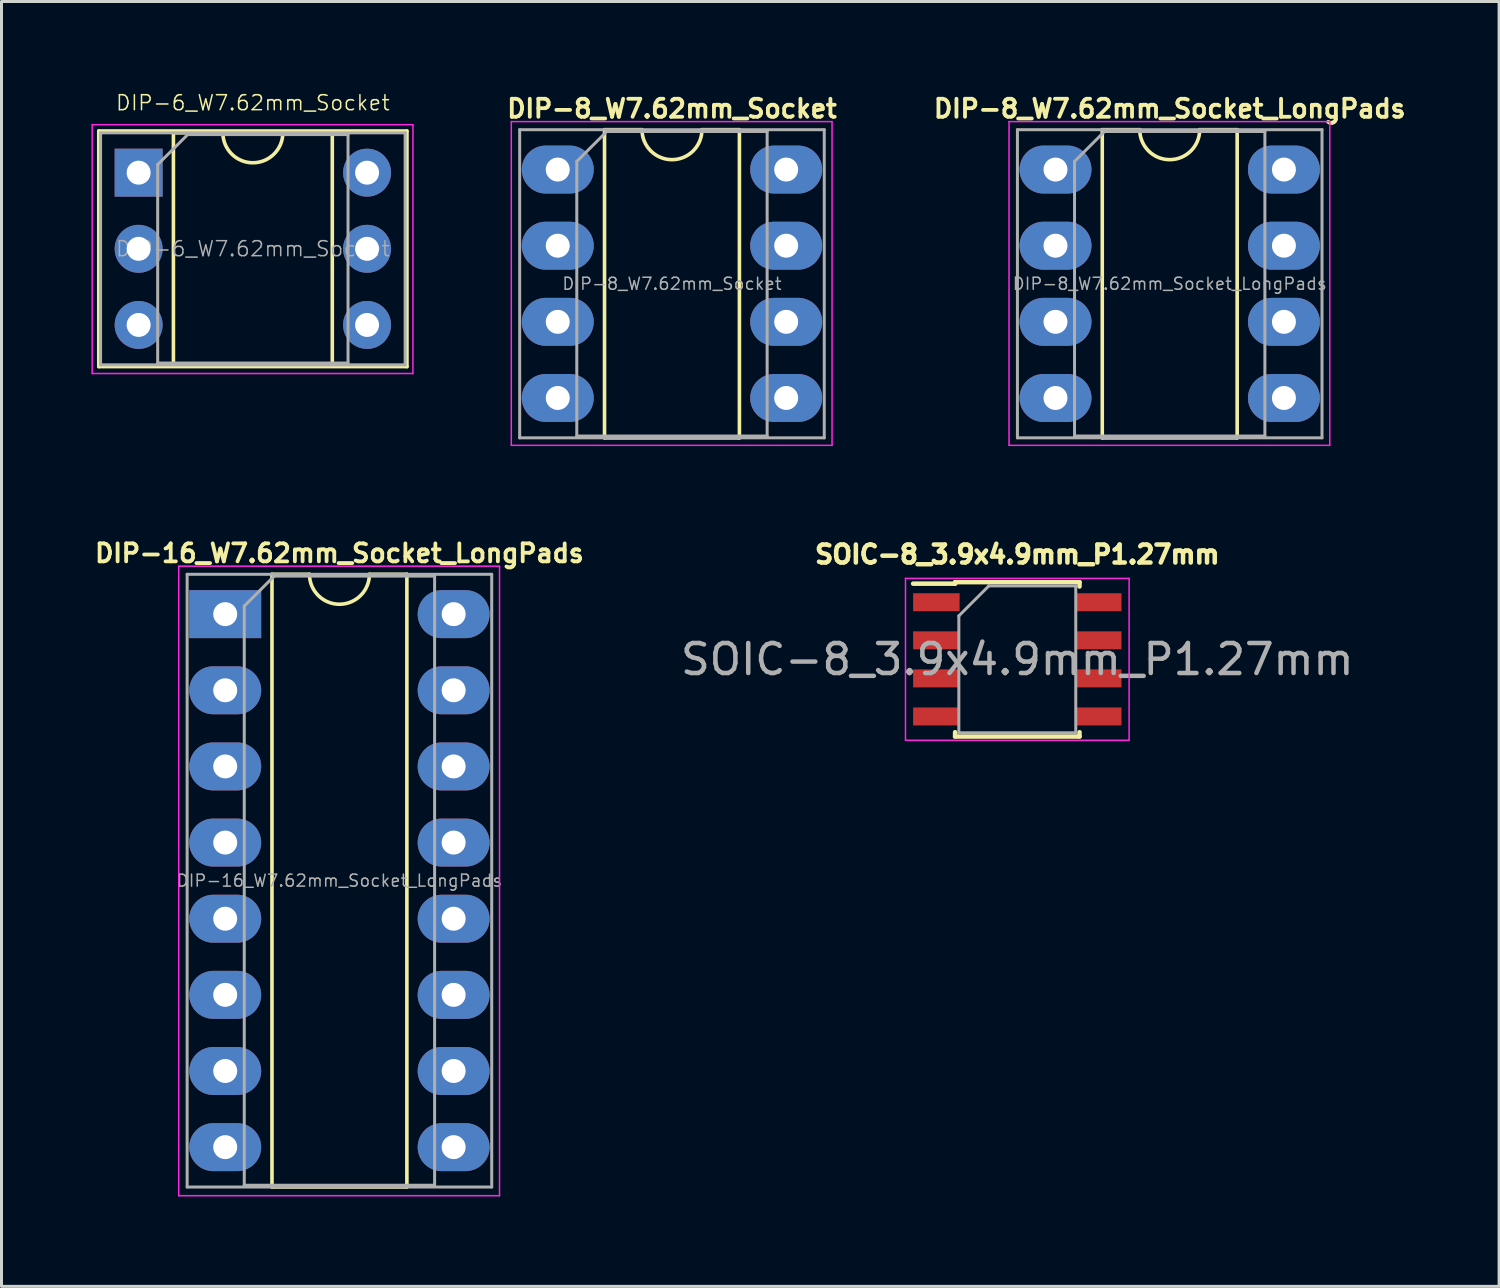
<source format=kicad_pcb>
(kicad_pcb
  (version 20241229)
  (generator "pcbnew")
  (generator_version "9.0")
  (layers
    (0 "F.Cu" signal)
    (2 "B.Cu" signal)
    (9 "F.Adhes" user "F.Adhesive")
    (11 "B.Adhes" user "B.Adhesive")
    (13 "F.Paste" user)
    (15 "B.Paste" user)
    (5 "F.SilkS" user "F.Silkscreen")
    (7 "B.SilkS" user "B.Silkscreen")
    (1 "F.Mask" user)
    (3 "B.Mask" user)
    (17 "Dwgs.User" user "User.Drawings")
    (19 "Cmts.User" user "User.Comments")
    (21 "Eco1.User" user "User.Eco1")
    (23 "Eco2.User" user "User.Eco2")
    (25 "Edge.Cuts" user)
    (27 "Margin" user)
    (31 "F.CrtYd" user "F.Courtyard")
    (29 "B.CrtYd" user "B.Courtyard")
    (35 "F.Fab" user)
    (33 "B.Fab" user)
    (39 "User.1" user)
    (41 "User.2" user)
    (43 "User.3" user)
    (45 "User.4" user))
  (footprint "DIP-8_W7.62mm_Socket"
    (layer "F.Cu")
    (at 19.366 6.416)
    (property "Reference" "DIP-8_W7.62mm_Socket" (at 0 -5.842 0) (layer "F.SilkS") (effects (font (size 0.6 0.6) (thickness 0.127))))
    (attr through_hole)
    (fp_line (start -2.25 -5.14) (end -2.25 5.14) (stroke (width 0.12) (type solid)) (layer "F.SilkS"))
    (fp_line (start -2.25 5.14) (end 2.25 5.14) (stroke (width 0.12) (type solid)) (layer "F.SilkS"))
    (fp_line (start -1 -5.14) (end -2.25 -5.14) (stroke (width 0.12) (type solid)) (layer "F.SilkS"))
    (fp_line (start 2.25 -5.14) (end 1 -5.14) (stroke (width 0.12) (type solid)) (layer "F.SilkS"))
    (fp_line (start 2.25 5.14) (end 2.25 -5.14) (stroke (width 0.12) (type solid)) (layer "F.SilkS"))
    (fp_arc (start 1 -5.14) (mid 0 -4.14) (end -1 -5.14) (stroke (width 0.12) (type solid)) (layer "F.SilkS"))
    (fp_line (start -5.36 -5.41) (end -5.36 5.39) (stroke (width 0.05) (type solid)) (layer "F.CrtYd"))
    (fp_line (start -5.36 5.39) (end 5.34 5.39) (stroke (width 0.05) (type solid)) (layer "F.CrtYd"))
    (fp_line (start 5.34 -5.41) (end -5.36 -5.41) (stroke (width 0.05) (type solid)) (layer "F.CrtYd"))
    (fp_line (start 5.34 5.39) (end 5.34 -5.41) (stroke (width 0.05) (type solid)) (layer "F.CrtYd"))
    (fp_line (start -5.08 -5.14) (end -5.08 5.14) (stroke (width 0.1) (type solid)) (layer "F.Fab"))
    (fp_line (start -5.08 5.14) (end 5.08 5.14) (stroke (width 0.1) (type solid)) (layer "F.Fab"))
    (fp_line (start -3.175 -4.08) (end -2.175 -5.08) (stroke (width 0.1) (type solid)) (layer "F.Fab"))
    (fp_line (start -3.175 5.08) (end -3.175 -4.08) (stroke (width 0.1) (type solid)) (layer "F.Fab"))
    (fp_line (start -2.175 -5.08) (end 3.175 -5.08) (stroke (width 0.1) (type solid)) (layer "F.Fab"))
    (fp_line (start 3.175 -5.08) (end 3.175 5.08) (stroke (width 0.1) (type solid)) (layer "F.Fab"))
    (fp_line (start 3.175 5.08) (end -3.175 5.08) (stroke (width 0.1) (type solid)) (layer "F.Fab"))
    (fp_line (start 5.08 -5.14) (end -5.08 -5.14) (stroke (width 0.1) (type solid)) (layer "F.Fab"))
    (fp_line (start 5.08 5.14) (end 5.08 -5.14) (stroke (width 0.1) (type solid)) (layer "F.Fab"))
    (fp_text user "${REFERENCE}" (at 0 0 0) (layer "F.Fab") (effects (font (size 0.4 0.4) (thickness 0.05))))
    (pad "1" thru_hole oval (at -3.81 -3.81) (size 2.4 1.6) (drill 0.8) (layers "*.Cu" "*.Mask"))
    (pad "2" thru_hole oval (at -3.81 -1.27) (size 2.4 1.6) (drill 0.8) (layers "*.Cu" "*.Mask"))
    (pad "3" thru_hole oval (at -3.81 1.27) (size 2.4 1.6) (drill 0.8) (layers "*.Cu" "*.Mask"))
    (pad "4" thru_hole oval (at -3.81 3.81) (size 2.4 1.6) (drill 0.8) (layers "*.Cu" "*.Mask"))
    (pad "5" thru_hole oval (at 3.81 3.81) (size 2.4 1.6) (drill 0.8) (layers "*.Cu" "*.Mask"))
    (pad "6" thru_hole oval (at 3.81 1.27) (size 2.4 1.6) (drill 0.8) (layers "*.Cu" "*.Mask"))
    (pad "7" thru_hole oval (at 3.81 -1.27) (size 2.4 1.6) (drill 0.8) (layers "*.Cu" "*.Mask"))
    (pad "8" thru_hole oval (at 3.81 -3.81) (size 2.4 1.6) (drill 0.8) (layers "*.Cu" "*.Mask")))
  (footprint "DIP-16_W7.62mm_Socket_LongPads"
    (layer "F.Cu")
    (at 8.273 26.327)
    (property "Reference" "DIP-16_W7.62mm_Socket_LongPads" (at 0 -10.922 0) (layer "F.SilkS") (effects (font (size 0.6 0.6) (thickness 0.127))))
    (attr through_hole)
    (fp_line (start -2.25 -10.22) (end -2.25 10.22) (stroke (width 0.12) (type solid)) (layer "F.SilkS"))
    (fp_line (start -2.25 10.22) (end 2.25 10.22) (stroke (width 0.12) (type solid)) (layer "F.SilkS"))
    (fp_line (start -1 -10.22) (end -2.25 -10.22) (stroke (width 0.12) (type solid)) (layer "F.SilkS"))
    (fp_line (start 2.25 -10.22) (end 1 -10.22) (stroke (width 0.12) (type solid)) (layer "F.SilkS"))
    (fp_line (start 2.25 10.22) (end 2.25 -10.22) (stroke (width 0.12) (type solid)) (layer "F.SilkS"))
    (fp_arc (start 1 -10.22) (mid 0 -9.22) (end -1 -10.22) (stroke (width 0.12) (type solid)) (layer "F.SilkS"))
    (fp_line (start -5.36 -10.49) (end -5.36 10.51) (stroke (width 0.05) (type solid)) (layer "F.CrtYd"))
    (fp_line (start -5.36 10.51) (end 5.34 10.51) (stroke (width 0.05) (type solid)) (layer "F.CrtYd"))
    (fp_line (start 5.34 -10.49) (end -5.36 -10.49) (stroke (width 0.05) (type solid)) (layer "F.CrtYd"))
    (fp_line (start 5.34 10.51) (end 5.34 -10.49) (stroke (width 0.05) (type solid)) (layer "F.CrtYd"))
    (fp_line (start -5.08 -10.22) (end -5.08 10.22) (stroke (width 0.1) (type solid)) (layer "F.Fab"))
    (fp_line (start -5.08 10.22) (end 5.08 10.22) (stroke (width 0.1) (type solid)) (layer "F.Fab"))
    (fp_line (start -3.175 -9.16) (end -2.175 -10.16) (stroke (width 0.1) (type solid)) (layer "F.Fab"))
    (fp_line (start -3.175 10.16) (end -3.175 -9.16) (stroke (width 0.1) (type solid)) (layer "F.Fab"))
    (fp_line (start -2.175 -10.16) (end 3.175 -10.16) (stroke (width 0.1) (type solid)) (layer "F.Fab"))
    (fp_line (start 3.175 -10.16) (end 3.175 10.16) (stroke (width 0.1) (type solid)) (layer "F.Fab"))
    (fp_line (start 3.175 10.16) (end -3.175 10.16) (stroke (width 0.1) (type solid)) (layer "F.Fab"))
    (fp_line (start 5.08 -10.22) (end -5.08 -10.22) (stroke (width 0.1) (type solid)) (layer "F.Fab"))
    (fp_line (start 5.08 10.22) (end 5.08 -10.22) (stroke (width 0.1) (type solid)) (layer "F.Fab"))
    (fp_text user "${REFERENCE}" (at 0 0 0) (layer "F.Fab") (effects (font (size 0.4 0.4) (thickness 0.05))))
    (pad "1" thru_hole rect (at -3.81 -8.89) (size 2.4 1.6) (drill 0.8) (layers "*.Cu" "*.Mask"))
    (pad "2" thru_hole oval (at -3.81 -6.35) (size 2.4 1.6) (drill 0.8) (layers "*.Cu" "*.Mask"))
    (pad "3" thru_hole oval (at -3.81 -3.81) (size 2.4 1.6) (drill 0.8) (layers "*.Cu" "*.Mask"))
    (pad "4" thru_hole oval (at -3.81 -1.27) (size 2.4 1.6) (drill 0.8) (layers "*.Cu" "*.Mask"))
    (pad "5" thru_hole oval (at -3.81 1.27) (size 2.4 1.6) (drill 0.8) (layers "*.Cu" "*.Mask"))
    (pad "6" thru_hole oval (at -3.81 3.81) (size 2.4 1.6) (drill 0.8) (layers "*.Cu" "*.Mask"))
    (pad "7" thru_hole oval (at -3.81 6.35) (size 2.4 1.6) (drill 0.8) (layers "*.Cu" "*.Mask"))
    (pad "8" thru_hole oval (at -3.81 8.89) (size 2.4 1.6) (drill 0.8) (layers "*.Cu" "*.Mask"))
    (pad "9" thru_hole oval (at 3.81 8.89) (size 2.4 1.6) (drill 0.8) (layers "*.Cu" "*.Mask"))
    (pad "10" thru_hole oval (at 3.81 6.35) (size 2.4 1.6) (drill 0.8) (layers "*.Cu" "*.Mask"))
    (pad "11" thru_hole oval (at 3.81 3.81) (size 2.4 1.6) (drill 0.8) (layers "*.Cu" "*.Mask"))
    (pad "12" thru_hole oval (at 3.81 1.27) (size 2.4 1.6) (drill 0.8) (layers "*.Cu" "*.Mask"))
    (pad "13" thru_hole oval (at 3.81 -1.27) (size 2.4 1.6) (drill 0.8) (layers "*.Cu" "*.Mask"))
    (pad "14" thru_hole oval (at 3.81 -3.81) (size 2.4 1.6) (drill 0.8) (layers "*.Cu" "*.Mask"))
    (pad "15" thru_hole oval (at 3.81 -6.35) (size 2.4 1.6) (drill 0.8) (layers "*.Cu" "*.Mask"))
    (pad "16" thru_hole oval (at 3.81 -8.89) (size 2.4 1.6) (drill 0.8) (layers "*.Cu" "*.Mask")))
  (footprint "SOIC-8_3.9x4.9mm_P1.27mm"
    (layer "F.Cu")
    (at 30.886 18.945)
    (property "Reference" "SOIC-8_3.9x4.9mm_P1.27mm" (at 0 -3.5 0) (layer "F.SilkS") (effects (font (size 0.6 0.6) (thickness 0.15))))
    (attr smd)
    (fp_line (start -2.075 -2.575) (end -2.075 -2.525) (stroke (width 0.15) (type solid)) (layer "F.SilkS"))
    (fp_line (start -2.075 -2.575) (end 2.075 -2.575) (stroke (width 0.15) (type solid)) (layer "F.SilkS"))
    (fp_line (start -2.075 -2.525) (end -3.475 -2.525) (stroke (width 0.15) (type solid)) (layer "F.SilkS"))
    (fp_line (start -2.075 2.575) (end -2.075 2.43) (stroke (width 0.15) (type solid)) (layer "F.SilkS"))
    (fp_line (start -2.075 2.575) (end 2.075 2.575) (stroke (width 0.15) (type solid)) (layer "F.SilkS"))
    (fp_line (start 2.075 -2.575) (end 2.075 -2.43) (stroke (width 0.15) (type solid)) (layer "F.SilkS"))
    (fp_line (start 2.075 2.575) (end 2.075 2.43) (stroke (width 0.15) (type solid)) (layer "F.SilkS"))
    (fp_line (start -3.73 -2.7) (end -3.73 2.7) (stroke (width 0.05) (type solid)) (layer "F.CrtYd"))
    (fp_line (start -3.73 -2.7) (end 3.73 -2.7) (stroke (width 0.05) (type solid)) (layer "F.CrtYd"))
    (fp_line (start -3.73 2.7) (end 3.73 2.7) (stroke (width 0.05) (type solid)) (layer "F.CrtYd"))
    (fp_line (start 3.73 -2.7) (end 3.73 2.7) (stroke (width 0.05) (type solid)) (layer "F.CrtYd"))
    (fp_line (start -1.95 -1.45) (end -0.95 -2.45) (stroke (width 0.1) (type solid)) (layer "F.Fab"))
    (fp_line (start -1.95 2.45) (end -1.95 -1.45) (stroke (width 0.1) (type solid)) (layer "F.Fab"))
    (fp_line (start -0.95 -2.45) (end 1.95 -2.45) (stroke (width 0.1) (type solid)) (layer "F.Fab"))
    (fp_line (start 1.95 -2.45) (end 1.95 2.45) (stroke (width 0.1) (type solid)) (layer "F.Fab"))
    (fp_line (start 1.95 2.45) (end -1.95 2.45) (stroke (width 0.1) (type solid)) (layer "F.Fab"))
    (fp_text user "${REFERENCE}" (at 0 0 0) (layer "F.Fab") (effects (font (size 1 1) (thickness 0.15))))
    (pad "1" smd rect (at -2.7 -1.905) (size 1.55 0.6) (layers "F.Cu" "F.Mask" "F.Paste"))
    (pad "2" smd rect (at -2.7 -0.635) (size 1.55 0.6) (layers "F.Cu" "F.Mask" "F.Paste"))
    (pad "3" smd rect (at -2.7 0.635) (size 1.55 0.6) (layers "F.Cu" "F.Mask" "F.Paste"))
    (pad "4" smd rect (at -2.7 1.905) (size 1.55 0.6) (layers "F.Cu" "F.Mask" "F.Paste"))
    (pad "5" smd rect (at 2.7 1.905) (size 1.55 0.6) (layers "F.Cu" "F.Mask" "F.Paste"))
    (pad "6" smd rect (at 2.7 0.635) (size 1.55 0.6) (layers "F.Cu" "F.Mask" "F.Paste"))
    (pad "7" smd rect (at 2.7 -0.635) (size 1.55 0.6) (layers "F.Cu" "F.Mask" "F.Paste"))
    (pad "8" smd rect (at 2.7 -1.905) (size 1.55 0.6) (layers "F.Cu" "F.Mask" "F.Paste")))
  (footprint "DIP-6_W7.62mm_Socket"
    (layer "F.Cu")
    (at 5.385 5.25)
    (property "Reference" "DIP-6_W7.62mm_Socket" (at 0 -4.87 0) (layer "F.SilkS") (effects (font (size 0.5 0.5) (thickness 0.05))))
    (attr through_hole)
    (fp_line (start -5.14 -3.93) (end -5.14 3.93) (stroke (width 0.12) (type solid)) (layer "F.SilkS"))
    (fp_line (start -5.14 3.93) (end 5.14 3.93) (stroke (width 0.12) (type solid)) (layer "F.SilkS"))
    (fp_line (start -2.65 -3.87) (end -2.65 3.87) (stroke (width 0.12) (type solid)) (layer "F.SilkS"))
    (fp_line (start -2.65 3.87) (end 2.65 3.87) (stroke (width 0.12) (type solid)) (layer "F.SilkS"))
    (fp_line (start -1 -3.87) (end -2.65 -3.87) (stroke (width 0.12) (type solid)) (layer "F.SilkS"))
    (fp_line (start 2.65 -3.87) (end 1 -3.87) (stroke (width 0.12) (type solid)) (layer "F.SilkS"))
    (fp_line (start 2.65 3.87) (end 2.65 -3.87) (stroke (width 0.12) (type solid)) (layer "F.SilkS"))
    (fp_line (start 5.14 -3.93) (end -5.14 -3.93) (stroke (width 0.12) (type solid)) (layer "F.SilkS"))
    (fp_line (start 5.14 3.93) (end 5.14 -3.93) (stroke (width 0.12) (type solid)) (layer "F.SilkS"))
    (fp_arc (start 1 -3.87) (mid 0 -2.87) (end -1 -3.87) (stroke (width 0.12) (type solid)) (layer "F.SilkS"))
    (fp_line (start -5.36 -4.14) (end -5.36 4.16) (stroke (width 0.05) (type solid)) (layer "F.CrtYd"))
    (fp_line (start -5.36 4.16) (end 5.34 4.16) (stroke (width 0.05) (type solid)) (layer "F.CrtYd"))
    (fp_line (start 5.34 -4.14) (end -5.36 -4.14) (stroke (width 0.05) (type solid)) (layer "F.CrtYd"))
    (fp_line (start 5.34 4.16) (end 5.34 -4.14) (stroke (width 0.05) (type solid)) (layer "F.CrtYd"))
    (fp_line (start -5.08 -3.87) (end -5.08 3.87) (stroke (width 0.1) (type solid)) (layer "F.Fab"))
    (fp_line (start -5.08 3.87) (end 5.08 3.87) (stroke (width 0.1) (type solid)) (layer "F.Fab"))
    (fp_line (start -3.175 -2.81) (end -2.175 -3.81) (stroke (width 0.1) (type solid)) (layer "F.Fab"))
    (fp_line (start -3.175 3.81) (end -3.175 -2.81) (stroke (width 0.1) (type solid)) (layer "F.Fab"))
    (fp_line (start -2.175 -3.81) (end 3.175 -3.81) (stroke (width 0.1) (type solid)) (layer "F.Fab"))
    (fp_line (start 3.175 -3.81) (end 3.175 3.81) (stroke (width 0.1) (type solid)) (layer "F.Fab"))
    (fp_line (start 3.175 3.81) (end -3.175 3.81) (stroke (width 0.1) (type solid)) (layer "F.Fab"))
    (fp_line (start 5.08 -3.87) (end -5.08 -3.87) (stroke (width 0.1) (type solid)) (layer "F.Fab"))
    (fp_line (start 5.08 3.87) (end 5.08 -3.87) (stroke (width 0.1) (type solid)) (layer "F.Fab"))
    (fp_text user "${REFERENCE}" (at 0 0 0) (layer "F.Fab") (effects (font (size 0.5 0.5) (thickness 0.05))))
    (pad "1" thru_hole rect (at -3.81 -2.54) (size 1.6 1.6) (drill 0.8) (layers "*.Cu" "*.Mask"))
    (pad "2" thru_hole oval (at -3.81 0) (size 1.6 1.6) (drill 0.8) (layers "*.Cu" "*.Mask"))
    (pad "3" thru_hole oval (at -3.81 2.54) (size 1.6 1.6) (drill 0.8) (layers "*.Cu" "*.Mask"))
    (pad "4" thru_hole oval (at 3.81 2.54) (size 1.6 1.6) (drill 0.8) (layers "*.Cu" "*.Mask"))
    (pad "5" thru_hole oval (at 3.81 0) (size 1.6 1.6) (drill 0.8) (layers "*.Cu" "*.Mask"))
    (pad "6" thru_hole oval (at 3.81 -2.54) (size 1.6 1.6) (drill 0.8) (layers "*.Cu" "*.Mask")))
  (footprint "DIP-8_W7.62mm_Socket_LongPads"
    (layer "F.Cu")
    (at 32.16 2.606)
    (property "Reference" "DIP-8_W7.62mm_Socket_LongPads" (at 3.81 -2.032 0) (layer "F.SilkS") (effects (font (size 0.6 0.6) (thickness 0.127))))
    (attr through_hole)
    (fp_line (start 1.56 -1.33) (end 1.56 8.95) (stroke (width 0.12) (type solid)) (layer "F.SilkS"))
    (fp_line (start 1.56 8.95) (end 6.06 8.95) (stroke (width 0.12) (type solid)) (layer "F.SilkS"))
    (fp_line (start 2.81 -1.33) (end 1.56 -1.33) (stroke (width 0.12) (type solid)) (layer "F.SilkS"))
    (fp_line (start 6.06 -1.33) (end 4.81 -1.33) (stroke (width 0.12) (type solid)) (layer "F.SilkS"))
    (fp_line (start 6.06 8.95) (end 6.06 -1.33) (stroke (width 0.12) (type solid)) (layer "F.SilkS"))
    (fp_arc (start 4.81 -1.33) (mid 3.81 -0.33) (end 2.81 -1.33) (stroke (width 0.12) (type solid)) (layer "F.SilkS"))
    (fp_line (start -1.55 -1.6) (end -1.55 9.2) (stroke (width 0.05) (type solid)) (layer "F.CrtYd"))
    (fp_line (start -1.55 9.2) (end 9.15 9.2) (stroke (width 0.05) (type solid)) (layer "F.CrtYd"))
    (fp_line (start 9.15 -1.6) (end -1.55 -1.6) (stroke (width 0.05) (type solid)) (layer "F.CrtYd"))
    (fp_line (start 9.15 9.2) (end 9.15 -1.6) (stroke (width 0.05) (type solid)) (layer "F.CrtYd"))
    (fp_line (start -1.27 -1.33) (end -1.27 8.95) (stroke (width 0.1) (type solid)) (layer "F.Fab"))
    (fp_line (start -1.27 8.95) (end 8.89 8.95) (stroke (width 0.1) (type solid)) (layer "F.Fab"))
    (fp_line (start 0.635 -0.27) (end 1.635 -1.27) (stroke (width 0.1) (type solid)) (layer "F.Fab"))
    (fp_line (start 0.635 8.89) (end 0.635 -0.27) (stroke (width 0.1) (type solid)) (layer "F.Fab"))
    (fp_line (start 1.635 -1.27) (end 6.985 -1.27) (stroke (width 0.1) (type solid)) (layer "F.Fab"))
    (fp_line (start 6.985 -1.27) (end 6.985 8.89) (stroke (width 0.1) (type solid)) (layer "F.Fab"))
    (fp_line (start 6.985 8.89) (end 0.635 8.89) (stroke (width 0.1) (type solid)) (layer "F.Fab"))
    (fp_line (start 8.89 -1.33) (end -1.27 -1.33) (stroke (width 0.1) (type solid)) (layer "F.Fab"))
    (fp_line (start 8.89 8.95) (end 8.89 -1.33) (stroke (width 0.1) (type solid)) (layer "F.Fab"))
    (fp_text user "${REFERENCE}" (at 3.81 3.81 0) (layer "F.Fab") (effects (font (size 0.4 0.4) (thickness 0.05))))
    (pad "1" thru_hole oval (at 0 0) (size 2.4 1.6) (drill 0.8) (layers "*.Cu" "*.Mask"))
    (pad "2" thru_hole oval (at 0 2.54) (size 2.4 1.6) (drill 0.8) (layers "*.Cu" "*.Mask"))
    (pad "3" thru_hole oval (at 0 5.08) (size 2.4 1.6) (drill 0.8) (layers "*.Cu" "*.Mask"))
    (pad "4" thru_hole oval (at 0 7.62) (size 2.4 1.6) (drill 0.8) (layers "*.Cu" "*.Mask"))
    (pad "5" thru_hole oval (at 7.62 7.62) (size 2.4 1.6) (drill 0.8) (layers "*.Cu" "*.Mask"))
    (pad "6" thru_hole oval (at 7.62 5.08) (size 2.4 1.6) (drill 0.8) (layers "*.Cu" "*.Mask"))
    (pad "7" thru_hole oval (at 7.62 2.54) (size 2.4 1.6) (drill 0.8) (layers "*.Cu" "*.Mask"))
    (pad "8" thru_hole oval (at 7.62 0) (size 2.4 1.6) (drill 0.8) (layers "*.Cu" "*.Mask")))
  (gr_rect
    (start -3 -3)
    (end 46.958 39.862)
    (stroke (width 0.1) (type default))
    (fill no)
    (layer "Edge.Cuts")))
</source>
